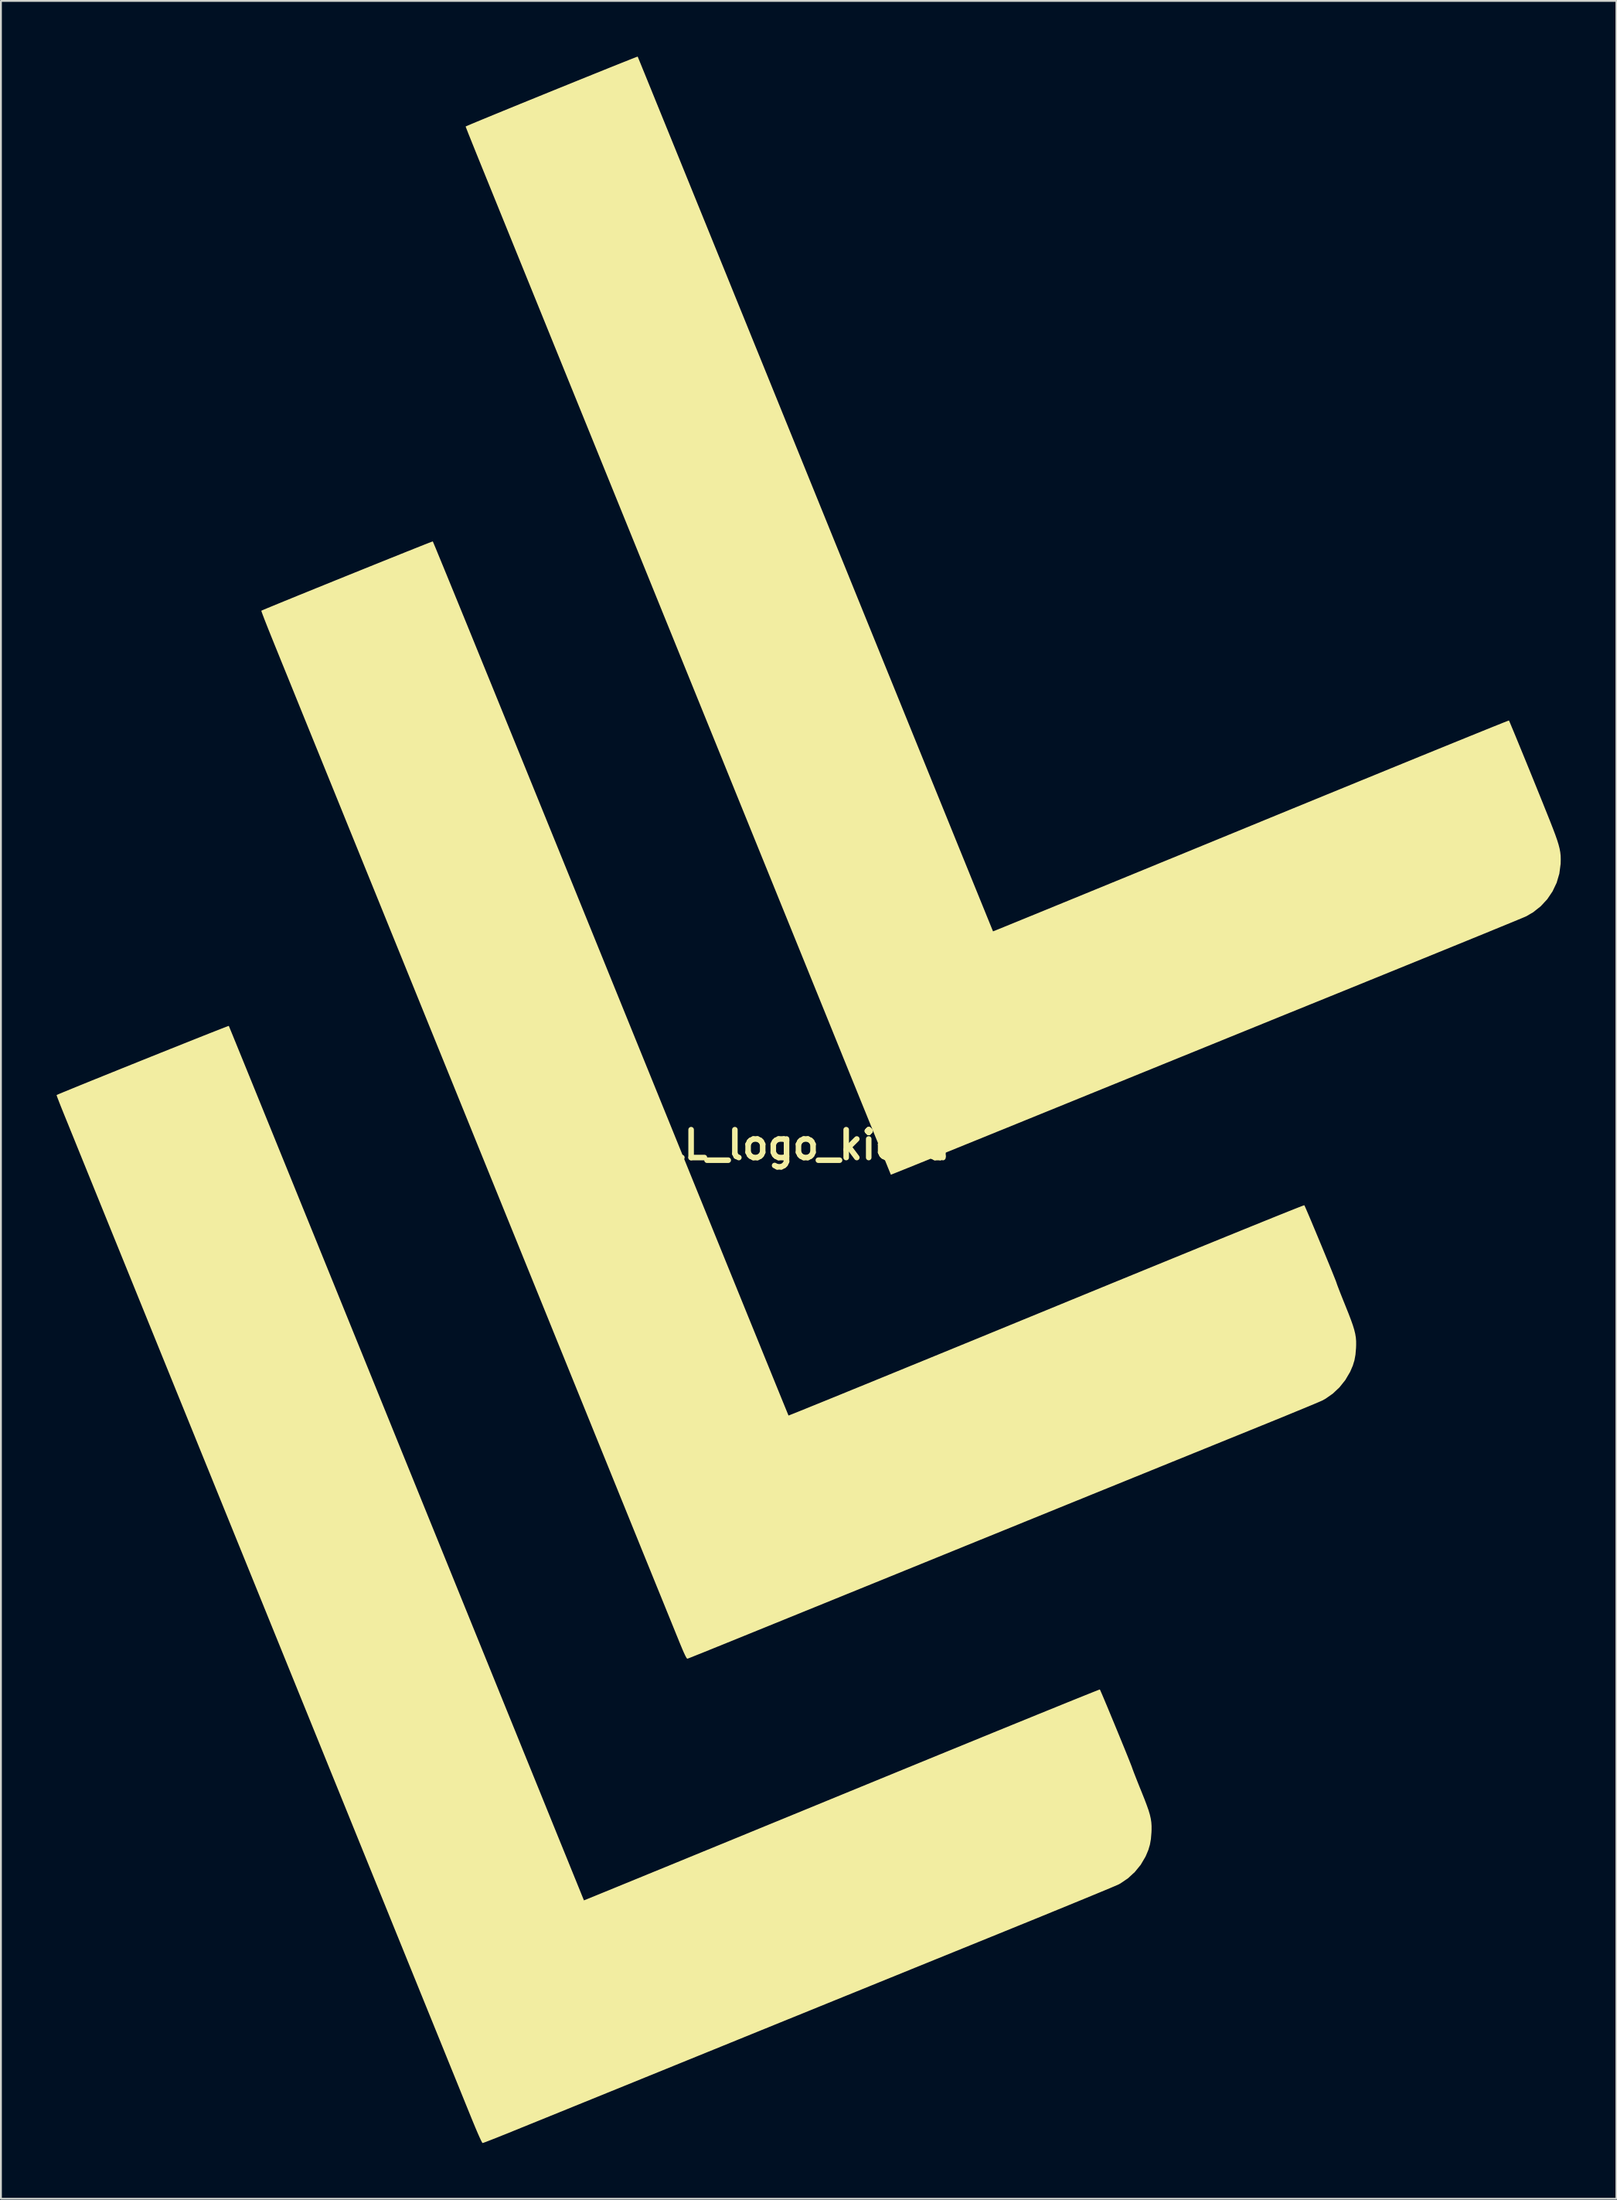
<source format=kicad_pcb>
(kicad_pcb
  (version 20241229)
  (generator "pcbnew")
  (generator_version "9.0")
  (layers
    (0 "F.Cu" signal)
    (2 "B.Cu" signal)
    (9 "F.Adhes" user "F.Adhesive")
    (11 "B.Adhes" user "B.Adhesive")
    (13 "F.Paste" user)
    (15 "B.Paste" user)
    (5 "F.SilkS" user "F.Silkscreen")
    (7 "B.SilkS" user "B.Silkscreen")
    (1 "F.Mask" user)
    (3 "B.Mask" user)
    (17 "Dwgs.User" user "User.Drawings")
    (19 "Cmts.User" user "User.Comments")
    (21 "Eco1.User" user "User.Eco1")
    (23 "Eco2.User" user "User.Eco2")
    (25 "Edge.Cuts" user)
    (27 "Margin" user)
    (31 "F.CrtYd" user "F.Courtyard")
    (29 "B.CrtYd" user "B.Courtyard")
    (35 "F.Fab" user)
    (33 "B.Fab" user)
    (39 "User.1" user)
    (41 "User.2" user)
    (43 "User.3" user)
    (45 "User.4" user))
  (footprint "LLL_logo_kicad"
    (layer "F.Cu")
    (at 39.769 58.629)
    (property "Reference" "LLL_logo_kicad" (at 0 0 0) (layer "F.SilkS") (effects (font (size 1.5 1.5) (thickness 0.3))))
    (attr board_only exclude_from_pos_files exclude_from_bom)
    (fp_poly (pts (xy -8.435 -58.59) (xy -8.387 -58.473) (xy -8.309 -58.283) (xy -8.202 -58.02) (xy -8.066 -57.688) (xy -7.903 -57.287) (xy -7.713 -56.821) (xy -7.498 -56.291) (xy -7.258 -55.7) (xy -6.993 -55.05) (xy -6.705 -54.343) (xy -6.395 -53.581) (xy -6.064 -52.766) (xy -5.712 -51.9) (xy -5.341 -50.986) (xy -4.95 -50.025) (xy -4.542 -49.021) (xy -4.117 -47.974) (xy -3.675 -46.888) (xy -3.219 -45.763) (xy -2.747 -44.604) (xy -2.263 -43.41) (xy -1.765 -42.186) (xy -1.256 -40.932) (xy -0.736 -39.652) (xy -0.206 -38.346) (xy 0.334 -37.018) (xy 0.881 -35.67) (xy 1.127 -35.065) (xy 1.678 -33.708) (xy 2.221 -32.37) (xy 2.756 -31.055) (xy 3.28 -29.763) (xy 3.794 -28.497) (xy 4.297 -27.26) (xy 4.787 -26.052) (xy 5.265 -24.878) (xy 5.728 -23.738) (xy 6.176 -22.634) (xy 6.608 -21.57) (xy 7.024 -20.546) (xy 7.422 -19.566) (xy 7.802 -18.632) (xy 8.163 -17.744) (xy 8.503 -16.907) (xy 8.822 -16.121) (xy 9.12 -15.389) (xy 9.394 -14.714) (xy 9.645 -14.096) (xy 9.872 -13.539) (xy 10.073 -13.045) (xy 10.248 -12.616) (xy 10.395 -12.253) (xy 10.515 -11.959) (xy 10.605 -11.737) (xy 10.666 -11.587) (xy 10.697 -11.514) (xy 10.7 -11.506) (xy 10.739 -11.521) (xy 10.855 -11.567) (xy 11.043 -11.643) (xy 11.301 -11.748) (xy 11.626 -11.881) (xy 12.016 -12.04) (xy 12.467 -12.225) (xy 12.978 -12.433) (xy 13.544 -12.665) (xy 14.164 -12.919) (xy 14.834 -13.193) (xy 15.552 -13.487) (xy 16.315 -13.8) (xy 17.12 -14.13) (xy 17.965 -14.476) (xy 18.846 -14.837) (xy 19.76 -15.213) (xy 20.706 -15.6) (xy 21.68 -16) (xy 22.679 -16.41) (xy 23.701 -16.829) (xy 24.594 -17.196) (xy 25.633 -17.623) (xy 26.652 -18.041) (xy 27.648 -18.449) (xy 28.619 -18.847) (xy 29.561 -19.232) (xy 30.471 -19.605) (xy 31.348 -19.963) (xy 32.187 -20.307) (xy 32.987 -20.633) (xy 33.745 -20.943) (xy 34.457 -21.233) (xy 35.121 -21.503) (xy 35.735 -21.753) (xy 36.294 -21.98) (xy 36.798 -22.184) (xy 37.242 -22.364) (xy 37.623 -22.518) (xy 37.941 -22.645) (xy 38.19 -22.745) (xy 38.369 -22.815) (xy 38.475 -22.856) (xy 38.505 -22.865) (xy 38.526 -22.82) (xy 38.577 -22.704) (xy 38.652 -22.523) (xy 38.751 -22.287) (xy 38.869 -22.002) (xy 39.003 -21.675) (xy 39.151 -21.315) (xy 39.31 -20.928) (xy 39.476 -20.523) (xy 39.646 -20.106) (xy 39.817 -19.685) (xy 39.986 -19.268) (xy 40.151 -18.861) (xy 40.308 -18.473) (xy 40.453 -18.111) (xy 40.585 -17.783) (xy 40.7 -17.495) (xy 40.704 -17.486) (xy 40.866 -17.072) (xy 40.998 -16.724) (xy 41.101 -16.431) (xy 41.179 -16.181) (xy 41.235 -15.963) (xy 41.271 -15.766) (xy 41.291 -15.577) (xy 41.296 -15.385) (xy 41.291 -15.179) (xy 41.289 -15.133) (xy 41.221 -14.616) (xy 41.075 -14.122) (xy 40.855 -13.66) (xy 40.569 -13.236) (xy 40.219 -12.859) (xy 39.813 -12.537) (xy 39.446 -12.322) (xy 39.378 -12.292) (xy 39.234 -12.231) (xy 39.014 -12.14) (xy 38.721 -12.018) (xy 38.355 -11.868) (xy 37.918 -11.689) (xy 37.412 -11.481) (xy 36.839 -11.247) (xy 36.199 -10.986) (xy 35.495 -10.699) (xy 34.729 -10.387) (xy 33.901 -10.05) (xy 33.013 -9.689) (xy 32.067 -9.304) (xy 31.065 -8.897) (xy 30.008 -8.467) (xy 28.897 -8.016) (xy 27.735 -7.545) (xy 26.522 -7.053) (xy 26.354 -6.985) (xy 26.189 -6.918) (xy 25.951 -6.821) (xy 25.645 -6.697) (xy 25.276 -6.547) (xy 24.851 -6.374) (xy 24.374 -6.18) (xy 23.851 -5.968) (xy 23.287 -5.739) (xy 22.688 -5.495) (xy 22.058 -5.239) (xy 21.404 -4.973) (xy 20.731 -4.7) (xy 20.044 -4.421) (xy 19.349 -4.138) (xy 18.65 -3.854) (xy 17.954 -3.571) (xy 17.266 -3.291) (xy 16.591 -3.017) (xy 15.934 -2.75) (xy 15.302 -2.493) (xy 14.698 -2.247) (xy 14.13 -2.016) (xy 13.601 -1.801) (xy 13.118 -1.605) (xy 12.687 -1.429) (xy 12.488 -1.349) (xy 11.983 -1.143) (xy 11.459 -0.93) (xy 10.92 -0.712) (xy 10.375 -0.49) (xy 9.827 -0.268) (xy 9.284 -0.048) (xy 8.753 0.168) (xy 8.238 0.377) (xy 7.746 0.576) (xy 7.284 0.763) (xy 6.857 0.936) (xy 6.472 1.092) (xy 6.134 1.228) (xy 5.851 1.342) (xy 5.627 1.432) (xy 5.47 1.495) (xy 5.385 1.529) (xy 5.385 1.529) (xy 5.193 1.603) (xy 4.613 0.176) (xy 4.324 -0.533) (xy 4.064 -1.172) (xy 3.83 -1.749) (xy 3.617 -2.27) (xy 3.425 -2.744) (xy 3.248 -3.18) (xy 3.083 -3.584) (xy 2.928 -3.965) (xy 2.78 -4.331) (xy 2.634 -4.69) (xy 2.489 -5.049) (xy 2.34 -5.416) (xy 2.184 -5.8) (xy 2.12 -5.958) (xy 2.051 -6.13) (xy 1.949 -6.381) (xy 1.816 -6.708) (xy 1.652 -7.113) (xy 1.456 -7.595) (xy 1.23 -8.152) (xy 0.973 -8.784) (xy 0.686 -9.492) (xy 0.369 -10.273) (xy 0.022 -11.128) (xy -0.355 -12.057) (xy -0.762 -13.058) (xy -1.197 -14.131) (xy -1.662 -15.276) (xy -2.156 -16.492) (xy -2.678 -17.778) (xy -3.229 -19.134) (xy -3.807 -20.56) (xy -4.414 -22.055) (xy -5.049 -23.618) (xy -5.711 -25.248) (xy -6.4 -26.946) (xy -7.117 -28.711) (xy -7.86 -30.542) (xy -8.63 -32.438) (xy -9.427 -34.4) (xy -10.25 -36.426) (xy -11.098 -38.516) (xy -11.973 -40.669) (xy -12.873 -42.886) (xy -13.798 -45.165) (xy -14.749 -47.506) (xy -15.724 -49.908) (xy -16.724 -52.371) (xy -16.944 -52.913) (xy -17.099 -53.294) (xy -17.243 -53.652) (xy -17.374 -53.977) (xy -17.489 -54.264) (xy -17.585 -54.503) (xy -17.657 -54.688) (xy -17.705 -54.81) (xy -17.724 -54.862) (xy -17.724 -54.863) (xy -17.685 -54.883) (xy -17.574 -54.931) (xy -17.396 -55.006) (xy -17.157 -55.106) (xy -16.863 -55.228) (xy -16.52 -55.369) (xy -16.134 -55.528) (xy -15.71 -55.702) (xy -15.256 -55.888) (xy -14.775 -56.084) (xy -14.276 -56.287) (xy -13.762 -56.496) (xy -13.241 -56.708) (xy -12.719 -56.92) (xy -12.2 -57.13) (xy -11.692 -57.336) (xy -11.2 -57.535) (xy -10.729 -57.725) (xy -10.286 -57.904) (xy -9.878 -58.068) (xy -9.508 -58.216) (xy -9.185 -58.345) (xy -8.913 -58.453) (xy -8.698 -58.538) (xy -8.547 -58.596) (xy -8.465 -58.626) (xy -8.451 -58.629)) (stroke (width 0) (type solid)) (fill yes) (layer "F.SilkS"))
    (fp_poly (pts (xy -30.47 -6.373) (xy -30.422 -6.256) (xy -30.343 -6.065) (xy -30.235 -5.801) (xy -30.099 -5.467) (xy -29.936 -5.066) (xy -29.745 -4.599) (xy -29.529 -4.068) (xy -29.288 -3.476) (xy -29.023 -2.825) (xy -28.735 -2.117) (xy -28.425 -1.354) (xy -28.093 -0.538) (xy -27.741 0.329) (xy -27.369 1.243) (xy -26.978 2.205) (xy -26.57 3.21) (xy -26.144 4.257) (xy -25.702 5.344) (xy -25.245 6.469) (xy -24.774 7.629) (xy -24.289 8.823) (xy -23.792 10.048) (xy -23.282 11.302) (xy -22.762 12.583) (xy -22.232 13.888) (xy -21.693 15.216) (xy -21.146 16.565) (xy -20.907 17.152) (xy -20.356 18.509) (xy -19.814 19.846) (xy -19.28 21.161) (xy -18.756 22.452) (xy -18.242 23.718) (xy -17.74 24.955) (xy -17.25 26.162) (xy -16.773 27.336) (xy -16.31 28.475) (xy -15.863 29.578) (xy -15.431 30.642) (xy -15.015 31.665) (xy -14.618 32.645) (xy -14.238 33.579) (xy -13.878 34.465) (xy -13.538 35.302) (xy -13.22 36.087) (xy -12.923 36.819) (xy -12.649 37.494) (xy -12.398 38.11) (xy -12.172 38.666) (xy -11.972 39.16) (xy -11.797 39.589) (xy -11.65 39.951) (xy -11.531 40.244) (xy -11.441 40.466) (xy -11.381 40.614) (xy -11.351 40.687) (xy -11.348 40.695) (xy -11.308 40.679) (xy -11.193 40.633) (xy -11.006 40.557) (xy -10.748 40.452) (xy -10.423 40.319) (xy -10.033 40.16) (xy -9.582 39.975) (xy -9.072 39.766) (xy -8.505 39.534) (xy -7.886 39.28) (xy -7.216 39.006) (xy -6.498 38.712) (xy -5.735 38.399) (xy -4.93 38.069) (xy -4.086 37.723) (xy -3.205 37.362) (xy -2.29 36.986) (xy -1.345 36.598) (xy -0.371 36.199) (xy 0.628 35.789) (xy 1.65 35.369) (xy 2.544 35.002) (xy 3.583 34.576) (xy 4.602 34.158) (xy 5.598 33.75) (xy 6.568 33.352) (xy 7.51 32.966) (xy 8.421 32.594) (xy 9.298 32.235) (xy 10.137 31.892) (xy 10.937 31.565) (xy 11.695 31.256) (xy 12.407 30.966) (xy 13.072 30.695) (xy 13.685 30.446) (xy 14.245 30.219) (xy 14.748 30.014) (xy 15.193 29.835) (xy 15.575 29.681) (xy 15.892 29.554) (xy 16.142 29.454) (xy 16.321 29.384) (xy 16.427 29.343) (xy 16.457 29.334) (xy 16.48 29.38) (xy 16.531 29.496) (xy 16.607 29.672) (xy 16.704 29.901) (xy 16.818 30.172) (xy 16.945 30.477) (xy 17.082 30.808) (xy 17.226 31.155) (xy 17.372 31.509) (xy 17.517 31.861) (xy 17.657 32.203) (xy 17.789 32.525) (xy 17.908 32.819) (xy 18.011 33.076) (xy 18.095 33.287) (xy 18.156 33.443) (xy 18.19 33.534) (xy 18.193 33.542) (xy 18.229 33.644) (xy 18.292 33.812) (xy 18.378 34.031) (xy 18.479 34.289) (xy 18.592 34.572) (xy 18.695 34.825) (xy 18.854 35.222) (xy 18.981 35.555) (xy 19.08 35.835) (xy 19.152 36.076) (xy 19.201 36.29) (xy 19.231 36.489) (xy 19.244 36.686) (xy 19.244 36.894) (xy 19.238 37.038) (xy 19.209 37.391) (xy 19.156 37.692) (xy 19.072 37.976) (xy 18.948 38.273) (xy 18.905 38.362) (xy 18.657 38.782) (xy 18.34 39.169) (xy 17.97 39.509) (xy 17.562 39.785) (xy 17.475 39.833) (xy 17.405 39.865) (xy 17.26 39.927) (xy 17.046 40.018) (xy 16.766 40.135) (xy 16.426 40.276) (xy 16.029 40.44) (xy 15.581 40.625) (xy 15.085 40.828) (xy 14.547 41.049) (xy 13.97 41.285) (xy 13.36 41.535) (xy 12.72 41.796) (xy 12.055 42.066) (xy 11.369 42.345) (xy 11.067 42.468) (xy 9.855 42.96) (xy 8.692 43.432) (xy 7.579 43.884) (xy 6.519 44.314) (xy 5.514 44.723) (xy 4.565 45.108) (xy 3.675 45.47) (xy 2.844 45.807) (xy 2.075 46.119) (xy 1.371 46.405) (xy 0.732 46.665) (xy 0.161 46.897) (xy -0.341 47.1) (xy -0.771 47.275) (xy -1.128 47.42) (xy -1.41 47.535) (xy -1.59 47.608) (xy -1.756 47.675) (xy -1.991 47.771) (xy -2.285 47.89) (xy -2.628 48.03) (xy -3.013 48.186) (xy -3.427 48.355) (xy -3.863 48.532) (xy -4.31 48.714) (xy -4.643 48.849) (xy -5.204 49.077) (xy -5.807 49.322) (xy -6.446 49.582) (xy -7.114 49.854) (xy -7.804 50.134) (xy -8.508 50.42) (xy -9.218 50.709) (xy -9.929 50.997) (xy -10.632 51.283) (xy -11.32 51.562) (xy -11.986 51.833) (xy -12.624 52.092) (xy -13.225 52.336) (xy -13.782 52.562) (xy -14.288 52.767) (xy -14.737 52.949) (xy -15.12 53.105) (xy -15.386 53.212) (xy -15.708 53.342) (xy -16.006 53.462) (xy -16.271 53.566) (xy -16.494 53.653) (xy -16.664 53.718) (xy -16.774 53.757) (xy -16.811 53.768) (xy -16.841 53.73) (xy -16.898 53.62) (xy -16.979 53.445) (xy -17.082 53.213) (xy -17.202 52.931) (xy -17.337 52.606) (xy -17.421 52.401) (xy -17.708 51.695) (xy -18.004 50.965) (xy -18.305 50.223) (xy -18.607 49.482) (xy -18.902 48.754) (xy -19.188 48.05) (xy -19.458 47.385) (xy -19.708 46.77) (xy -19.933 46.217) (xy -19.992 46.072) (xy -20.071 45.877) (xy -20.18 45.61) (xy -20.316 45.273) (xy -20.48 44.869) (xy -20.67 44.402) (xy -20.885 43.873) (xy -21.123 43.286) (xy -21.384 42.644) (xy -21.667 41.948) (xy -21.969 41.202) (xy -22.291 40.409) (xy -22.632 39.571) (xy -22.989 38.692) (xy -23.362 37.773) (xy -23.75 36.818) (xy -24.151 35.829) (xy -24.565 34.809) (xy -24.991 33.762) (xy -25.426 32.688) (xy -25.871 31.593) (xy -26.324 30.477) (xy -26.784 29.345) (xy -27.25 28.198) (xy -27.72 27.039) (xy -28.194 25.872) (xy -28.67 24.699) (xy -29.148 23.522) (xy -29.626 22.345) (xy -30.103 21.171) (xy -30.578 20.001) (xy -31.05 18.839) (xy -31.517 17.687) (xy -31.98 16.549) (xy -32.435 15.426) (xy -32.883 14.323) (xy -33.323 13.241) (xy -33.752 12.183) (xy -34.171 11.152) (xy -34.577 10.151) (xy -34.97 9.183) (xy -35.349 8.25) (xy -35.712 7.355) (xy -36.059 6.501) (xy -36.388 5.69) (xy -36.699 4.926) (xy -36.989 4.211) (xy -37.258 3.548) (xy -37.505 2.939) (xy -37.729 2.388) (xy -37.928 1.897) (xy -38.102 1.469) (xy -38.249 1.106) (xy -38.369 0.812) (xy -38.459 0.589) (xy -38.52 0.44) (xy -38.543 0.382) (xy -38.689 0.023) (xy -38.849 -0.373) (xy -39.015 -0.78) (xy -39.174 -1.173) (xy -39.319 -1.528) (xy -39.392 -1.709) (xy -39.5 -1.976) (xy -39.595 -2.215) (xy -39.673 -2.417) (xy -39.731 -2.57) (xy -39.764 -2.663) (xy -39.769 -2.687) (xy -39.721 -2.71) (xy -39.601 -2.762) (xy -39.414 -2.84) (xy -39.168 -2.941) (xy -38.867 -3.064) (xy -38.517 -3.207) (xy -38.126 -3.366) (xy -37.697 -3.54) (xy -37.238 -3.725) (xy -36.755 -3.92) (xy -36.252 -4.123) (xy -35.737 -4.33) (xy -35.215 -4.54) (xy -34.692 -4.75) (xy -34.174 -4.958) (xy -33.667 -5.161) (xy -33.176 -5.357) (xy -32.708 -5.543) (xy -32.269 -5.718) (xy -31.865 -5.879) (xy -31.501 -6.023) (xy -31.183 -6.148) (xy -30.918 -6.252) (xy -30.711 -6.332) (xy -30.568 -6.387) (xy -30.496 -6.412) (xy -30.488 -6.414)) (stroke (width 0) (type solid)) (fill yes) (layer "F.SilkS"))
    (fp_poly (pts (xy -19.476 -32.473) (xy -19.427 -32.357) (xy -19.347 -32.167) (xy -19.239 -31.904) (xy -19.102 -31.571) (xy -18.937 -31.171) (xy -18.746 -30.705) (xy -18.529 -30.175) (xy -18.287 -29.584) (xy -18.021 -28.934) (xy -17.732 -28.227) (xy -17.421 -27.465) (xy -17.089 -26.65) (xy -16.736 -25.784) (xy -16.363 -24.87) (xy -15.972 -23.91) (xy -15.563 -22.905) (xy -15.137 -21.859) (xy -14.694 -20.772) (xy -14.237 -19.648) (xy -13.765 -18.488) (xy -13.28 -17.295) (xy -12.782 -16.071) (xy -12.273 -14.818) (xy -11.752 -13.537) (xy -11.222 -12.232) (xy -10.682 -10.904) (xy -10.135 -9.556) (xy -9.898 -8.972) (xy -9.347 -7.616) (xy -8.804 -6.279) (xy -8.27 -4.964) (xy -7.745 -3.672) (xy -7.231 -2.407) (xy -6.728 -1.17) (xy -6.238 0.037) (xy -5.761 1.211) (xy -5.298 2.351) (xy -4.849 3.454) (xy -4.417 4.518) (xy -4.001 5.541) (xy -3.603 6.521) (xy -3.223 7.455) (xy -2.862 8.342) (xy -2.522 9.18) (xy -2.202 9.965) (xy -1.904 10.696) (xy -1.63 11.372) (xy -1.378 11.989) (xy -1.152 12.545) (xy -0.951 13.039) (xy -0.776 13.468) (xy -0.628 13.831) (xy -0.508 14.124) (xy -0.417 14.346) (xy -0.356 14.495) (xy -0.326 14.568) (xy -0.322 14.576) (xy -0.282 14.562) (xy -0.166 14.516) (xy 0.023 14.441) (xy 0.282 14.337) (xy 0.608 14.205) (xy 0.999 14.046) (xy 1.451 13.863) (xy 1.962 13.655) (xy 2.529 13.424) (xy 3.15 13.17) (xy 3.821 12.897) (xy 4.539 12.603) (xy 5.303 12.291) (xy 6.108 11.961) (xy 6.953 11.616) (xy 7.834 11.255) (xy 8.749 10.88) (xy 9.695 10.493) (xy 10.669 10.093) (xy 11.668 9.683) (xy 12.689 9.264) (xy 13.569 8.903) (xy 14.743 8.421) (xy 15.879 7.955) (xy 16.974 7.506) (xy 18.027 7.075) (xy 19.036 6.662) (xy 19.998 6.269) (xy 20.911 5.896) (xy 21.774 5.543) (xy 22.585 5.213) (xy 23.341 4.905) (xy 24.04 4.621) (xy 24.681 4.361) (xy 25.261 4.126) (xy 25.778 3.917) (xy 26.231 3.735) (xy 26.617 3.58) (xy 26.934 3.454) (xy 27.18 3.357) (xy 27.354 3.29) (xy 27.452 3.254) (xy 27.476 3.248) (xy 27.499 3.294) (xy 27.552 3.41) (xy 27.628 3.587) (xy 27.726 3.815) (xy 27.841 4.086) (xy 27.969 4.392) (xy 28.107 4.722) (xy 28.251 5.068) (xy 28.398 5.421) (xy 28.543 5.772) (xy 28.683 6.113) (xy 28.815 6.433) (xy 28.934 6.725) (xy 29.037 6.98) (xy 29.12 7.188) (xy 29.18 7.341) (xy 29.212 7.429) (xy 29.216 7.442) (xy 29.24 7.514) (xy 29.292 7.653) (xy 29.366 7.847) (xy 29.46 8.085) (xy 29.568 8.356) (xy 29.686 8.648) (xy 29.695 8.672) (xy 29.858 9.078) (xy 29.989 9.42) (xy 30.091 9.708) (xy 30.167 9.955) (xy 30.22 10.173) (xy 30.253 10.373) (xy 30.269 10.567) (xy 30.27 10.768) (xy 30.264 10.938) (xy 30.234 11.294) (xy 30.179 11.599) (xy 30.091 11.886) (xy 29.962 12.188) (xy 29.935 12.243) (xy 29.685 12.667) (xy 29.373 13.057) (xy 29.012 13.397) (xy 28.616 13.674) (xy 28.446 13.767) (xy 28.364 13.804) (xy 28.21 13.87) (xy 27.991 13.963) (xy 27.713 14.079) (xy 27.384 14.215) (xy 27.009 14.369) (xy 26.597 14.539) (xy 26.152 14.721) (xy 25.683 14.912) (xy 25.196 15.11) (xy 25.146 15.13) (xy 24.582 15.359) (xy 23.979 15.604) (xy 23.351 15.858) (xy 22.713 16.117) (xy 22.078 16.375) (xy 21.461 16.625) (xy 20.876 16.863) (xy 20.337 17.081) (xy 19.858 17.276) (xy 19.739 17.324) (xy 19.271 17.514) (xy 18.794 17.708) (xy 18.317 17.901) (xy 17.854 18.089) (xy 17.416 18.267) (xy 17.015 18.43) (xy 16.662 18.573) (xy 16.37 18.692) (xy 16.241 18.744) (xy 16.07 18.813) (xy 15.827 18.912) (xy 15.516 19.039) (xy 15.142 19.19) (xy 14.711 19.365) (xy 14.229 19.561) (xy 13.7 19.776) (xy 13.131 20.008) (xy 12.526 20.253) (xy 11.891 20.512) (xy 11.231 20.78) (xy 10.552 21.056) (xy 9.859 21.337) (xy 9.157 21.622) (xy 9.117 21.639) (xy 8.014 22.087) (xy 6.986 22.505) (xy 6.031 22.893) (xy 5.143 23.254) (xy 4.321 23.588) (xy 3.561 23.897) (xy 2.859 24.182) (xy 2.212 24.445) (xy 1.617 24.687) (xy 1.07 24.909) (xy 0.568 25.113) (xy 0.108 25.3) (xy -0.314 25.471) (xy -0.701 25.629) (xy -1.057 25.773) (xy -1.384 25.906) (xy -1.686 26.029) (xy -1.968 26.143) (xy -2.231 26.25) (xy -2.479 26.351) (xy -2.716 26.447) (xy -2.944 26.54) (xy -3.169 26.631) (xy -3.391 26.721) (xy -3.616 26.812) (xy -3.795 26.885) (xy -4.177 27.039) (xy -4.535 27.184) (xy -4.863 27.317) (xy -5.153 27.433) (xy -5.396 27.53) (xy -5.584 27.606) (xy -5.711 27.655) (xy -5.767 27.676) (xy -5.768 27.677) (xy -5.796 27.664) (xy -5.836 27.608) (xy -5.891 27.503) (xy -5.966 27.343) (xy -6.062 27.121) (xy -6.183 26.83) (xy -6.285 26.579) (xy -6.395 26.31) (xy -6.53 25.976) (xy -6.687 25.59) (xy -6.86 25.166) (xy -7.042 24.717) (xy -7.229 24.257) (xy -7.416 23.799) (xy -7.584 23.386) (xy -7.778 22.907) (xy -7.991 22.385) (xy -8.213 21.839) (xy -8.437 21.286) (xy -8.657 20.745) (xy -8.864 20.235) (xy -9.051 19.774) (xy -9.151 19.527) (xy -9.211 19.379) (xy -9.302 19.155) (xy -9.423 18.858) (xy -9.572 18.489) (xy -9.75 18.052) (xy -9.954 17.549) (xy -10.184 16.982) (xy -10.439 16.354) (xy -10.718 15.668) (xy -11.019 14.925) (xy -11.342 14.129) (xy -11.686 13.282) (xy -12.05 12.386) (xy -12.432 11.444) (xy -12.833 10.458) (xy -13.249 9.432) (xy -13.682 8.366) (xy -14.129 7.265) (xy -14.59 6.13) (xy -15.063 4.964) (xy -15.549 3.769) (xy -16.044 2.548) (xy -16.55 1.303) (xy -17.064 0.038) (xy -17.585 -1.247) (xy -18.113 -2.547) (xy -18.637 -3.838) (xy -19.17 -5.15) (xy -19.698 -6.449) (xy -20.218 -7.732) (xy -20.731 -8.995) (xy -21.235 -10.237) (xy -21.73 -11.454) (xy -22.213 -12.646) (xy -22.685 -13.808) (xy -23.145 -14.939) (xy -23.59 -16.036) (xy -24.021 -17.096) (xy -24.435 -18.118) (xy -24.833 -19.098) (xy -25.214 -20.035) (xy -25.575 -20.925) (xy -25.917 -21.766) (xy -26.238 -22.556) (xy -26.537 -23.292) (xy -26.813 -23.972) (xy -27.065 -24.594) (xy -27.292 -25.154) (xy -27.494 -25.65) (xy -27.669 -26.08) (xy -27.815 -26.442) (xy -27.933 -26.732) (xy -28.021 -26.949) (xy -28.078 -27.09) (xy -28.221 -27.444) (xy -28.353 -27.773) (xy -28.471 -28.07) (xy -28.571 -28.326) (xy -28.65 -28.532) (xy -28.705 -28.681) (xy -28.733 -28.764) (xy -28.735 -28.778) (xy -28.692 -28.799) (xy -28.576 -28.849) (xy -28.393 -28.926) (xy -28.149 -29.026) (xy -27.851 -29.149) (xy -27.505 -29.291) (xy -27.115 -29.45) (xy -26.689 -29.624) (xy -26.232 -29.809) (xy -25.75 -30.005) (xy -25.248 -30.208) (xy -24.734 -30.417) (xy -24.213 -30.627) (xy -23.691 -30.838) (xy -23.173 -31.047) (xy -22.667 -31.251) (xy -22.177 -31.448) (xy -21.709 -31.636) (xy -21.271 -31.812) (xy -20.867 -31.974) (xy -20.503 -32.119) (xy -20.186 -32.245) (xy -19.922 -32.35) (xy -19.715 -32.431) (xy -19.573 -32.485) (xy -19.502 -32.511) (xy -19.494 -32.513)) (stroke (width 0) (type solid)) (fill yes) (layer "F.SilkS")))
  (gr_rect
    (start -3 -3)
    (end 84.066 115.398)
    (stroke (width 0.1) (type default))
    (fill no)
    (layer "Edge.Cuts")))
</source>
